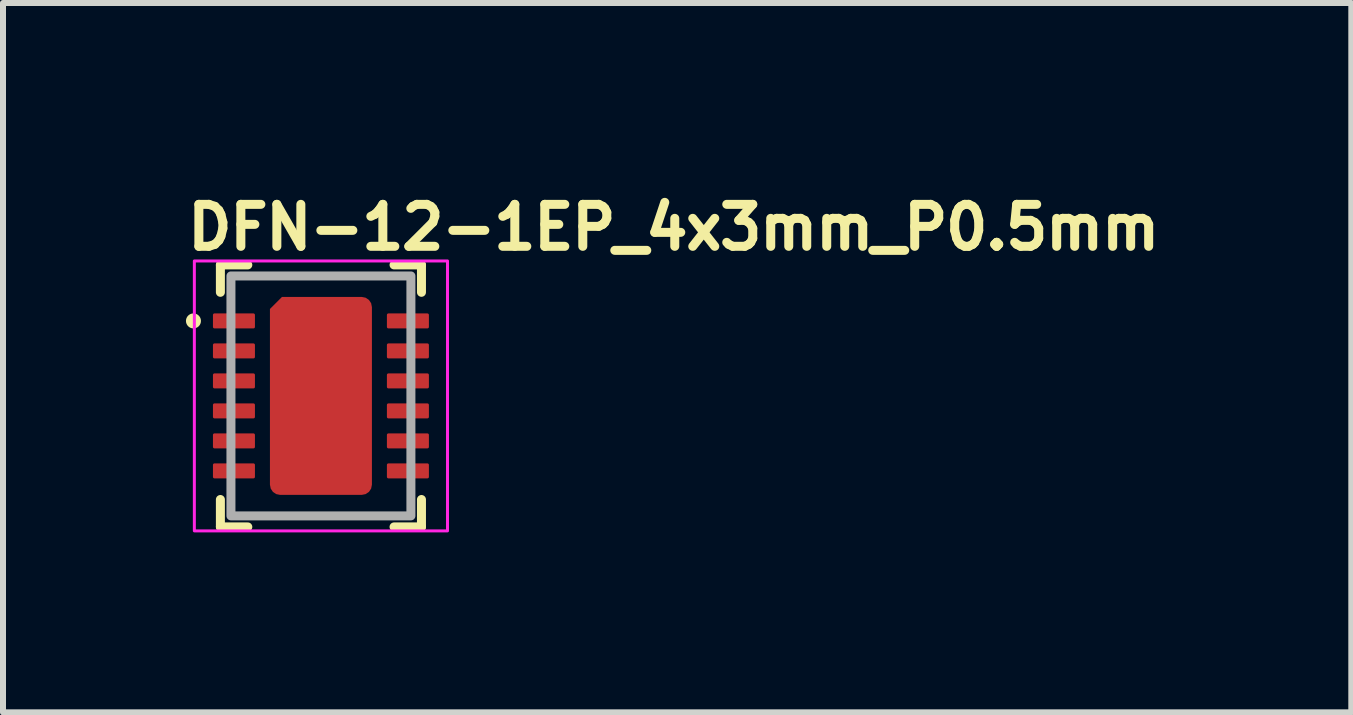
<source format=kicad_pcb>
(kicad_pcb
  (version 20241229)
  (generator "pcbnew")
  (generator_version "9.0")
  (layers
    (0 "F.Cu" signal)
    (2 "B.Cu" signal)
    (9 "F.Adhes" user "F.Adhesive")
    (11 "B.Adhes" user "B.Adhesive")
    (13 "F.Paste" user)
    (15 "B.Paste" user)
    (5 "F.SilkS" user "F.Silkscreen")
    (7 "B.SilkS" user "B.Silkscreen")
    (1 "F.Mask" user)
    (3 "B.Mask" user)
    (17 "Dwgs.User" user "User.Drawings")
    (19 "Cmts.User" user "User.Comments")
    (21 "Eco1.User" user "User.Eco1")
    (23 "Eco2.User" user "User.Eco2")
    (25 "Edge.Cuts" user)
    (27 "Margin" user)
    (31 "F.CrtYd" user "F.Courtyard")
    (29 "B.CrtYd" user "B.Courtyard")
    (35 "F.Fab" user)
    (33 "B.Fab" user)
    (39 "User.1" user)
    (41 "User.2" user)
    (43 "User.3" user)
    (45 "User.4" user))
  (footprint "DFN-12-1EP_4x3mm_P0.5mm"
    (layer "F.Cu")
    (at 2.3 3.55)
    (property "Reference" "DFN-12-1EP_4x3mm_P0.5mm" (at -2.3 -2.4 0) (layer "F.SilkS") (effects (font (size 0.7 0.7) (thickness 0.15)) (justify left bottom)))
    (attr smd)
    (fp_line (start -1.676 -2.184) (end -1.676 -1.727) (stroke (width 0.15) (type solid)) (layer "F.SilkS"))
    (fp_line (start -1.676 -2.184) (end -1.219 -2.184) (stroke (width 0.15) (type solid)) (layer "F.SilkS"))
    (fp_line (start -1.676 1.727) (end -1.676 2.184) (stroke (width 0.15) (type solid)) (layer "F.SilkS"))
    (fp_line (start -1.676 2.184) (end -1.219 2.184) (stroke (width 0.15) (type solid)) (layer "F.SilkS"))
    (fp_line (start 1.676 -2.184) (end 1.219 -2.184) (stroke (width 0.15) (type solid)) (layer "F.SilkS"))
    (fp_line (start 1.676 -1.727) (end 1.676 -2.184) (stroke (width 0.15) (type solid)) (layer "F.SilkS"))
    (fp_line (start 1.676 2.184) (end 1.219 2.184) (stroke (width 0.15) (type solid)) (layer "F.SilkS"))
    (fp_line (start 1.676 2.184) (end 1.676 1.727) (stroke (width 0.15) (type solid)) (layer "F.SilkS"))
    (fp_circle (center -2.125 -1.25) (end -2.075 -1.25) (stroke (width 0.15) (type solid)) (fill yes) (layer "F.SilkS"))
    (fp_rect (start -2.11 -2.25) (end 2.11 2.25) (stroke (width 0.05) (type solid)) (fill no) (layer "F.CrtYd"))
    (fp_rect (start -1.5 -2) (end 1.5 2) (stroke (width 0.15) (type solid)) (fill no) (layer "F.Fab"))
    (fp_rect (start -1.5 -2) (end 1.5 2) (stroke (width 0.1) (type solid)) (fill no) (layer "User.5"))
    (fp_line (start -1.5 -2) (end -1.5 2) (stroke (width 0.02) (type solid)) (layer "User.9"))
    (fp_line (start -1.5 2) (end 1.5 2) (stroke (width 0.02) (type solid)) (layer "User.9"))
    (fp_line (start 1.5 -2) (end -1.5 -2) (stroke (width 0.02) (type solid)) (layer "User.9"))
    (fp_line (start 1.5 2) (end 1.5 -2) (stroke (width 0.02) (type solid)) (layer "User.9"))
    (fp_circle (center -1.084 -1.594) (end -1.067 -1.744) (stroke (width 0.02) (type default)) (fill no) (layer "User.9"))
    (pad "1" smd roundrect (at -1.45 -1.25) (size 0.7 0.25) (layers "F.Cu" "F.Mask" "F.Paste") (roundrect_rratio 0.1))
    (pad "2" smd roundrect (at -1.45 -0.75) (size 0.7 0.25) (layers "F.Cu" "F.Mask" "F.Paste") (roundrect_rratio 0.1))
    (pad "3" smd roundrect (at -1.45 -0.25) (size 0.7 0.25) (layers "F.Cu" "F.Mask" "F.Paste") (roundrect_rratio 0.1))
    (pad "4" smd roundrect (at -1.45 0.25) (size 0.7 0.25) (layers "F.Cu" "F.Mask" "F.Paste") (roundrect_rratio 0.1))
    (pad "5" smd roundrect (at -1.45 0.75) (size 0.7 0.25) (layers "F.Cu" "F.Mask" "F.Paste") (roundrect_rratio 0.1))
    (pad "6" smd roundrect (at -1.45 1.25) (size 0.7 0.25) (layers "F.Cu" "F.Mask" "F.Paste") (roundrect_rratio 0.1))
    (pad "7" smd roundrect (at 1.45 1.25) (size 0.7 0.25) (layers "F.Cu" "F.Mask" "F.Paste") (roundrect_rratio 0.1))
    (pad "8" smd roundrect (at 1.45 0.75) (size 0.7 0.25) (layers "F.Cu" "F.Mask" "F.Paste") (roundrect_rratio 0.1))
    (pad "9" smd roundrect (at 1.45 0.25) (size 0.7 0.25) (layers "F.Cu" "F.Mask" "F.Paste") (roundrect_rratio 0.1))
    (pad "10" smd roundrect (at 1.45 -0.25) (size 0.7 0.25) (layers "F.Cu" "F.Mask" "F.Paste") (roundrect_rratio 0.1))
    (pad "11" smd roundrect (at 1.45 -0.75) (size 0.7 0.25) (layers "F.Cu" "F.Mask" "F.Paste") (roundrect_rratio 0.1))
    (pad "12" smd roundrect (at 1.45 -1.25) (size 0.7 0.25) (layers "F.Cu" "F.Mask" "F.Paste") (roundrect_rratio 0.1))
    (pad "13" smd roundrect (at 0 0) (size 1.7 3.3) (layers "F.Cu" "F.Mask" "F.Paste") (roundrect_rratio 0.1) (chamfer_ratio 0.118) (chamfer top_left)))
  (gr_rect
    (start -3 -3)
    (end 19.477 8.825)
    (stroke (width 0.1) (type default))
    (fill no)
    (layer "Edge.Cuts")))
</source>
